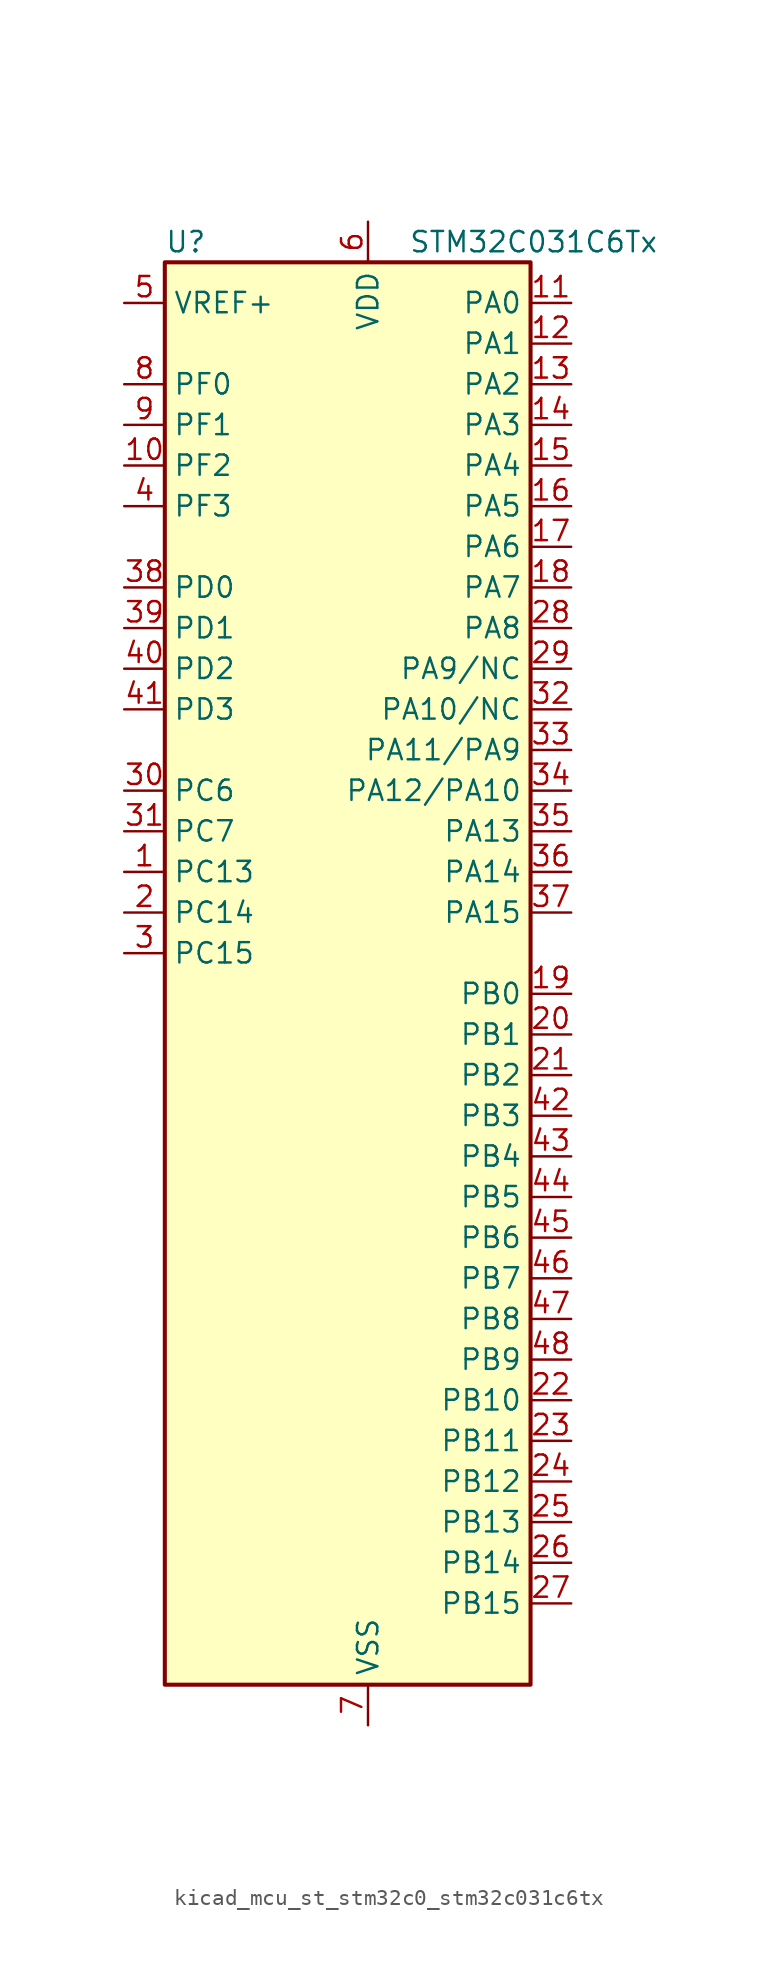
<source format=kicad_sym>
(kicad_symbol_lib
  (version 20220914)
  (generator kicad_symbol_editor)
  (symbol "kicad_mcu_st_stm32c0_stm32c031c6tx"
    (property "Reference" "U"
      (at -10.16 46.99 0)
      (effects (font (size 1.27 1.27)) (justify left)))
    (property "Value" "STM32C031C6Tx"
      (at 5.08 46.99 0)
      (effects (font (size 1.27 1.27)) (justify left)))
    (property "ki_locked" ""
      (at 0 0 0)
      (effects (font (size 1.27 1.27))))
    (symbol "kicad_mcu_st_stm32c0_stm32c031c6tx_0_1"
      (rectangle (start -10.16 -43.18) (end 12.7 45.72) (stroke (width 0.254) (type default)) (fill (type background))))
    (symbol "kicad_mcu_st_stm32c0_stm32c031c6tx_1_1"
      (pin bidirectional line (at -12.7 7.62 0) (length 2.54) (name "PC13" (effects (font (size 1.27 1.27)))) (number "1" (effects (font (size 1.27 1.27)))) (alternate "PWR_WKUP2" bidirectional line) (alternate "RTC_OUT1" bidirectional line) (alternate "RTC_TS" bidirectional line) (alternate "TIM1_BKIN" bidirectional line) (alternate "TIM1_ETR" bidirectional line))
      (pin bidirectional line (at -12.7 33.02 0) (length 2.54) (name "PF2" (effects (font (size 1.27 1.27)))) (number "10" (effects (font (size 1.27 1.27)))) (alternate "RCC_MCO" bidirectional line) (alternate "TIM1_CH4" bidirectional line))
      (pin bidirectional line (at 15.24 43.18 180) (length 2.54) (name "PA0" (effects (font (size 1.27 1.27)))) (number "11" (effects (font (size 1.27 1.27)))) (alternate "ADC1_IN0" bidirectional line) (alternate "PWR_WKUP1" bidirectional line) (alternate "TIM16_CH1" bidirectional line) (alternate "TIM1_CH1" bidirectional line) (alternate "USART1_TX" bidirectional line) (alternate "USART2_CTS" bidirectional line) (alternate "USART2_NSS" bidirectional line))
      (pin bidirectional line (at 15.24 40.64 180) (length 2.54) (name "PA1" (effects (font (size 1.27 1.27)))) (number "12" (effects (font (size 1.27 1.27)))) (alternate "ADC1_IN1" bidirectional line) (alternate "I2C1_SMBA" bidirectional line) (alternate "I2S1_CK" bidirectional line) (alternate "SPI1_SCK" bidirectional line) (alternate "TIM17_CH1" bidirectional line) (alternate "TIM1_CH2" bidirectional line) (alternate "USART1_RX" bidirectional line) (alternate "USART2_CK" bidirectional line) (alternate "USART2_DE" bidirectional line) (alternate "USART2_RTS" bidirectional line))
      (pin bidirectional line (at 15.24 38.1 180) (length 2.54) (name "PA2" (effects (font (size 1.27 1.27)))) (number "13" (effects (font (size 1.27 1.27)))) (alternate "ADC1_IN2" bidirectional line) (alternate "I2S1_SD" bidirectional line) (alternate "PWR_WKUP4" bidirectional line) (alternate "RCC_LSCO" bidirectional line) (alternate "SPI1_MOSI" bidirectional line) (alternate "TIM16_CH1N" bidirectional line) (alternate "TIM1_CH3" bidirectional line) (alternate "TIM3_ETR" bidirectional line) (alternate "USART2_TX" bidirectional line))
      (pin bidirectional line (at 15.24 35.56 180) (length 2.54) (name "PA3" (effects (font (size 1.27 1.27)))) (number "14" (effects (font (size 1.27 1.27)))) (alternate "ADC1_IN3" bidirectional line) (alternate "TIM1_CH1N" bidirectional line) (alternate "TIM1_CH4" bidirectional line) (alternate "USART2_RX" bidirectional line))
      (pin bidirectional line (at 15.24 33.02 180) (length 2.54) (name "PA4" (effects (font (size 1.27 1.27)))) (number "15" (effects (font (size 1.27 1.27)))) (alternate "ADC1_IN4" bidirectional line) (alternate "I2S1_WS" bidirectional line) (alternate "RTC_OUT2" bidirectional line) (alternate "SPI1_NSS" bidirectional line) (alternate "TIM14_CH1" bidirectional line) (alternate "TIM17_CH1N" bidirectional line) (alternate "TIM1_CH2N" bidirectional line) (alternate "USART2_TX" bidirectional line))
      (pin bidirectional line (at 15.24 30.48 180) (length 2.54) (name "PA5" (effects (font (size 1.27 1.27)))) (number "16" (effects (font (size 1.27 1.27)))) (alternate "ADC1_IN5" bidirectional line) (alternate "I2S1_CK" bidirectional line) (alternate "SPI1_SCK" bidirectional line) (alternate "TIM1_CH1" bidirectional line) (alternate "TIM1_CH3N" bidirectional line) (alternate "USART2_RX" bidirectional line))
      (pin bidirectional line (at 15.24 27.94 180) (length 2.54) (name "PA6" (effects (font (size 1.27 1.27)))) (number "17" (effects (font (size 1.27 1.27)))) (alternate "ADC1_IN6" bidirectional line) (alternate "I2S1_MCK" bidirectional line) (alternate "SPI1_MISO" bidirectional line) (alternate "TIM16_CH1" bidirectional line) (alternate "TIM1_BKIN" bidirectional line) (alternate "TIM3_CH1" bidirectional line))
      (pin bidirectional line (at 15.24 25.4 180) (length 2.54) (name "PA7" (effects (font (size 1.27 1.27)))) (number "18" (effects (font (size 1.27 1.27)))) (alternate "ADC1_IN7" bidirectional line) (alternate "I2S1_SD" bidirectional line) (alternate "SPI1_MOSI" bidirectional line) (alternate "TIM14_CH1" bidirectional line) (alternate "TIM17_CH1" bidirectional line) (alternate "TIM1_CH1N" bidirectional line) (alternate "TIM3_CH2" bidirectional line))
      (pin bidirectional line (at 15.24 0 180) (length 2.54) (name "PB0" (effects (font (size 1.27 1.27)))) (number "19" (effects (font (size 1.27 1.27)))) (alternate "ADC1_IN17" bidirectional line) (alternate "I2S1_WS" bidirectional line) (alternate "SPI1_NSS" bidirectional line) (alternate "TIM1_CH2N" bidirectional line) (alternate "TIM3_CH3" bidirectional line))
      (pin bidirectional line (at -12.7 5.08 0) (length 2.54) (name "PC14" (effects (font (size 1.27 1.27)))) (number "2" (effects (font (size 1.27 1.27)))) (alternate "I2C1_SDA" bidirectional line) (alternate "IR_OUT" bidirectional line) (alternate "RCC_OSCX_IN" bidirectional line) (alternate "TIM17_CH1" bidirectional line) (alternate "TIM1_BKIN2" bidirectional line) (alternate "TIM1_ETR" bidirectional line) (alternate "TIM3_CH2" bidirectional line) (alternate "USART1_TX" bidirectional line) (alternate "USART2_CK" bidirectional line) (alternate "USART2_DE" bidirectional line) (alternate "USART2_RTS" bidirectional line))
      (pin bidirectional line (at 15.24 -2.54 180) (length 2.54) (name "PB1" (effects (font (size 1.27 1.27)))) (number "20" (effects (font (size 1.27 1.27)))) (alternate "ADC1_IN18" bidirectional line) (alternate "TIM14_CH1" bidirectional line) (alternate "TIM1_CH2N" bidirectional line) (alternate "TIM1_CH3N" bidirectional line) (alternate "TIM3_CH4" bidirectional line))
      (pin bidirectional line (at 15.24 -5.08 180) (length 2.54) (name "PB2" (effects (font (size 1.27 1.27)))) (number "21" (effects (font (size 1.27 1.27)))) (alternate "ADC1_IN19" bidirectional line) (alternate "RCC_MCO_2" bidirectional line) (alternate "USART1_RX" bidirectional line))
      (pin bidirectional line (at 15.24 -25.4 180) (length 2.54) (name "PB10" (effects (font (size 1.27 1.27)))) (number "22" (effects (font (size 1.27 1.27)))) (alternate "ADC1_IN20" bidirectional line))
      (pin bidirectional line (at 15.24 -27.94 180) (length 2.54) (name "PB11" (effects (font (size 1.27 1.27)))) (number "23" (effects (font (size 1.27 1.27)))) (alternate "ADC1_EXTI11" bidirectional line) (alternate "ADC1_IN21" bidirectional line))
      (pin bidirectional line (at 15.24 -30.48 180) (length 2.54) (name "PB12" (effects (font (size 1.27 1.27)))) (number "24" (effects (font (size 1.27 1.27)))) (alternate "ADC1_IN22" bidirectional line) (alternate "TIM1_BKIN" bidirectional line) (alternate "TIM1_BKIN2" bidirectional line))
      (pin bidirectional line (at 15.24 -33.02 180) (length 2.54) (name "PB13" (effects (font (size 1.27 1.27)))) (number "25" (effects (font (size 1.27 1.27)))) (alternate "TIM1_CH1N" bidirectional line))
      (pin bidirectional line (at 15.24 -35.56 180) (length 2.54) (name "PB14" (effects (font (size 1.27 1.27)))) (number "26" (effects (font (size 1.27 1.27)))) (alternate "TIM1_CH2N" bidirectional line))
      (pin bidirectional line (at 15.24 -38.1 180) (length 2.54) (name "PB15" (effects (font (size 1.27 1.27)))) (number "27" (effects (font (size 1.27 1.27)))) (alternate "RTC_REFIN" bidirectional line) (alternate "TIM1_CH3N" bidirectional line))
      (pin bidirectional line (at 15.24 22.86 180) (length 2.54) (name "PA8" (effects (font (size 1.27 1.27)))) (number "28" (effects (font (size 1.27 1.27)))) (alternate "ADC1_IN8" bidirectional line) (alternate "I2S1_WS" bidirectional line) (alternate "RCC_MCO" bidirectional line) (alternate "RCC_MCO_2" bidirectional line) (alternate "SPI1_NSS" bidirectional line) (alternate "TIM14_CH1" bidirectional line) (alternate "TIM1_CH1" bidirectional line) (alternate "TIM1_CH2N" bidirectional line) (alternate "TIM1_CH3N" bidirectional line) (alternate "TIM3_CH3" bidirectional line) (alternate "TIM3_CH4" bidirectional line) (alternate "USART1_RX" bidirectional line) (alternate "USART2_TX" bidirectional line))
      (pin bidirectional line (at 15.24 20.32 180) (length 2.54) (name "PA9/NC" (effects (font (size 1.27 1.27)))) (number "29" (effects (font (size 1.27 1.27)))) (alternate "I2C1_SCL" bidirectional line) (alternate "RCC_MCO" bidirectional line) (alternate "TIM1_CH2" bidirectional line) (alternate "TIM3_ETR" bidirectional line) (alternate "USART1_TX" bidirectional line))
      (pin bidirectional line (at -12.7 2.54 0) (length 2.54) (name "PC15" (effects (font (size 1.27 1.27)))) (number "3" (effects (font (size 1.27 1.27)))) (alternate "RCC_OSC32_EN" bidirectional line) (alternate "RCC_OSCX_OUT" bidirectional line) (alternate "RCC_OSC_EN" bidirectional line) (alternate "TIM1_ETR" bidirectional line) (alternate "TIM3_CH3" bidirectional line))
      (pin bidirectional line (at -12.7 12.7 0) (length 2.54) (name "PC6" (effects (font (size 1.27 1.27)))) (number "30" (effects (font (size 1.27 1.27)))) (alternate "TIM3_CH1" bidirectional line))
      (pin bidirectional line (at -12.7 10.16 0) (length 2.54) (name "PC7" (effects (font (size 1.27 1.27)))) (number "31" (effects (font (size 1.27 1.27)))) (alternate "TIM3_CH2" bidirectional line))
      (pin bidirectional line (at 15.24 17.78 180) (length 2.54) (name "PA10/NC" (effects (font (size 1.27 1.27)))) (number "32" (effects (font (size 1.27 1.27)))) (alternate "I2C1_SDA" bidirectional line) (alternate "RCC_MCO_2" bidirectional line) (alternate "TIM17_BKIN" bidirectional line) (alternate "TIM1_CH3" bidirectional line) (alternate "USART1_RX" bidirectional line))
      (pin bidirectional line (at 15.24 15.24 180) (length 2.54) (name "PA11/PA9" (effects (font (size 1.27 1.27)))) (number "33" (effects (font (size 1.27 1.27)))) (alternate "ADC1_EXTI11" bidirectional line) (alternate "ADC1_IN11" bidirectional line) (alternate "I2S1_MCK" bidirectional line) (alternate "SPI1_MISO" bidirectional line) (alternate "TIM1_BKIN2" bidirectional line) (alternate "TIM1_CH4" bidirectional line) (alternate "USART1_CTS" bidirectional line) (alternate "USART1_NSS" bidirectional line))
      (pin bidirectional line (at 15.24 12.7 180) (length 2.54) (name "PA12/PA10" (effects (font (size 1.27 1.27)))) (number "34" (effects (font (size 1.27 1.27)))) (alternate "ADC1_IN12" bidirectional line) (alternate "I2S1_SD" bidirectional line) (alternate "I2S_CKIN" bidirectional line) (alternate "SPI1_MOSI" bidirectional line) (alternate "TIM1_ETR" bidirectional line) (alternate "USART1_CK" bidirectional line) (alternate "USART1_DE" bidirectional line) (alternate "USART1_RTS" bidirectional line))
      (pin bidirectional line (at 15.24 10.16 180) (length 2.54) (name "PA13" (effects (font (size 1.27 1.27)))) (number "35" (effects (font (size 1.27 1.27)))) (alternate "ADC1_IN13" bidirectional line) (alternate "DEBUG_SWDIO" bidirectional line) (alternate "IR_OUT" bidirectional line) (alternate "TIM3_ETR" bidirectional line) (alternate "USART2_RX" bidirectional line))
      (pin bidirectional line (at 15.24 7.62 180) (length 2.54) (name "PA14" (effects (font (size 1.27 1.27)))) (number "36" (effects (font (size 1.27 1.27)))) (alternate "ADC1_IN14" bidirectional line) (alternate "DEBUG_SWCLK" bidirectional line) (alternate "I2S1_WS" bidirectional line) (alternate "RCC_MCO_2" bidirectional line) (alternate "SPI1_NSS" bidirectional line) (alternate "TIM1_CH1" bidirectional line) (alternate "USART1_CK" bidirectional line) (alternate "USART1_DE" bidirectional line) (alternate "USART1_RTS" bidirectional line) (alternate "USART2_RX" bidirectional line) (alternate "USART2_TX" bidirectional line))
      (pin bidirectional line (at 15.24 5.08 180) (length 2.54) (name "PA15" (effects (font (size 1.27 1.27)))) (number "37" (effects (font (size 1.27 1.27)))) (alternate "I2S1_WS" bidirectional line) (alternate "RCC_MCO_2" bidirectional line) (alternate "SPI1_NSS" bidirectional line) (alternate "TIM1_CH1" bidirectional line) (alternate "USART1_CK" bidirectional line) (alternate "USART1_DE" bidirectional line) (alternate "USART1_RTS" bidirectional line) (alternate "USART2_RX" bidirectional line))
      (pin bidirectional line (at -12.7 25.4 0) (length 2.54) (name "PD0" (effects (font (size 1.27 1.27)))) (number "38" (effects (font (size 1.27 1.27)))) (alternate "TIM16_CH1" bidirectional line))
      (pin bidirectional line (at -12.7 22.86 0) (length 2.54) (name "PD1" (effects (font (size 1.27 1.27)))) (number "39" (effects (font (size 1.27 1.27)))) (alternate "TIM17_CH1" bidirectional line))
      (pin bidirectional line (at -12.7 30.48 0) (length 2.54) (name "PF3" (effects (font (size 1.27 1.27)))) (number "4" (effects (font (size 1.27 1.27)))))
      (pin bidirectional line (at -12.7 20.32 0) (length 2.54) (name "PD2" (effects (font (size 1.27 1.27)))) (number "40" (effects (font (size 1.27 1.27)))) (alternate "TIM1_CH1N" bidirectional line) (alternate "TIM3_ETR" bidirectional line))
      (pin bidirectional line (at -12.7 17.78 0) (length 2.54) (name "PD3" (effects (font (size 1.27 1.27)))) (number "41" (effects (font (size 1.27 1.27)))) (alternate "TIM1_CH2N" bidirectional line) (alternate "USART2_CTS" bidirectional line) (alternate "USART2_NSS" bidirectional line))
      (pin bidirectional line (at 15.24 -7.62 180) (length 2.54) (name "PB3" (effects (font (size 1.27 1.27)))) (number "42" (effects (font (size 1.27 1.27)))) (alternate "I2S1_CK" bidirectional line) (alternate "SPI1_SCK" bidirectional line) (alternate "TIM1_CH2" bidirectional line) (alternate "TIM3_CH2" bidirectional line) (alternate "USART1_CK" bidirectional line) (alternate "USART1_DE" bidirectional line) (alternate "USART1_RTS" bidirectional line))
      (pin bidirectional line (at 15.24 -10.16 180) (length 2.54) (name "PB4" (effects (font (size 1.27 1.27)))) (number "43" (effects (font (size 1.27 1.27)))) (alternate "I2S1_MCK" bidirectional line) (alternate "SPI1_MISO" bidirectional line) (alternate "TIM17_BKIN" bidirectional line) (alternate "TIM3_CH1" bidirectional line) (alternate "USART1_CTS" bidirectional line) (alternate "USART1_NSS" bidirectional line))
      (pin bidirectional line (at 15.24 -12.7 180) (length 2.54) (name "PB5" (effects (font (size 1.27 1.27)))) (number "44" (effects (font (size 1.27 1.27)))) (alternate "I2C1_SMBA" bidirectional line) (alternate "I2S1_SD" bidirectional line) (alternate "PWR_WKUP6" bidirectional line) (alternate "SPI1_MOSI" bidirectional line) (alternate "TIM16_BKIN" bidirectional line) (alternate "TIM3_CH2" bidirectional line) (alternate "TIM3_CH3" bidirectional line))
      (pin bidirectional line (at 15.24 -15.24 180) (length 2.54) (name "PB6" (effects (font (size 1.27 1.27)))) (number "45" (effects (font (size 1.27 1.27)))) (alternate "I2C1_SCL" bidirectional line) (alternate "I2C1_SMBA" bidirectional line) (alternate "I2S1_CK" bidirectional line) (alternate "I2S1_MCK" bidirectional line) (alternate "I2S1_SD" bidirectional line) (alternate "PWR_WKUP3" bidirectional line) (alternate "SPI1_MISO" bidirectional line) (alternate "SPI1_MOSI" bidirectional line) (alternate "SPI1_SCK" bidirectional line) (alternate "TIM16_BKIN" bidirectional line) (alternate "TIM16_CH1N" bidirectional line) (alternate "TIM17_BKIN" bidirectional line) (alternate "TIM1_CH2" bidirectional line) (alternate "TIM1_CH3" bidirectional line) (alternate "TIM3_CH1" bidirectional line) (alternate "TIM3_CH2" bidirectional line) (alternate "TIM3_CH3" bidirectional line) (alternate "USART1_CK" bidirectional line) (alternate "USART1_CTS" bidirectional line) (alternate "USART1_DE" bidirectional line) (alternate "USART1_NSS" bidirectional line) (alternate "USART1_RTS" bidirectional line) (alternate "USART1_TX" bidirectional line))
      (pin bidirectional line (at 15.24 -17.78 180) (length 2.54) (name "PB7" (effects (font (size 1.27 1.27)))) (number "46" (effects (font (size 1.27 1.27)))) (alternate "I2C1_SCL" bidirectional line) (alternate "I2C1_SDA" bidirectional line) (alternate "TIM16_CH1" bidirectional line) (alternate "TIM17_CH1N" bidirectional line) (alternate "TIM1_CH4" bidirectional line) (alternate "TIM3_CH1" bidirectional line) (alternate "TIM3_CH4" bidirectional line) (alternate "USART1_RX" bidirectional line) (alternate "USART2_CTS" bidirectional line) (alternate "USART2_NSS" bidirectional line))
      (pin bidirectional line (at 15.24 -20.32 180) (length 2.54) (name "PB8" (effects (font (size 1.27 1.27)))) (number "47" (effects (font (size 1.27 1.27)))) (alternate "I2C1_SCL" bidirectional line) (alternate "TIM16_CH1" bidirectional line) (alternate "TIM3_CH1" bidirectional line) (alternate "USART2_CTS" bidirectional line) (alternate "USART2_NSS" bidirectional line))
      (pin bidirectional line (at 15.24 -22.86 180) (length 2.54) (name "PB9" (effects (font (size 1.27 1.27)))) (number "48" (effects (font (size 1.27 1.27)))) (alternate "I2C1_SDA" bidirectional line) (alternate "IR_OUT" bidirectional line) (alternate "TIM17_CH1" bidirectional line) (alternate "TIM3_CH2" bidirectional line) (alternate "USART2_CK" bidirectional line) (alternate "USART2_DE" bidirectional line) (alternate "USART2_RTS" bidirectional line))
      (pin input line (at -12.7 43.18 0) (length 2.54) (name "VREF+" (effects (font (size 1.27 1.27)))) (number "5" (effects (font (size 1.27 1.27)))))
      (pin power_in line (at 2.54 48.26 270) (length 2.54) (name "VDD" (effects (font (size 1.27 1.27)))) (number "6" (effects (font (size 1.27 1.27)))))
      (pin power_in line (at 2.54 -45.72 90) (length 2.54) (name "VSS" (effects (font (size 1.27 1.27)))) (number "7" (effects (font (size 1.27 1.27)))))
      (pin bidirectional line (at -12.7 38.1 0) (length 2.54) (name "PF0" (effects (font (size 1.27 1.27)))) (number "8" (effects (font (size 1.27 1.27)))) (alternate "RCC_OSC_IN" bidirectional line) (alternate "TIM14_CH1" bidirectional line))
      (pin bidirectional line (at -12.7 35.56 0) (length 2.54) (name "PF1" (effects (font (size 1.27 1.27)))) (number "9" (effects (font (size 1.27 1.27)))) (alternate "RCC_OSC_EN" bidirectional line) (alternate "RCC_OSC_OUT" bidirectional line)))))
</source>
